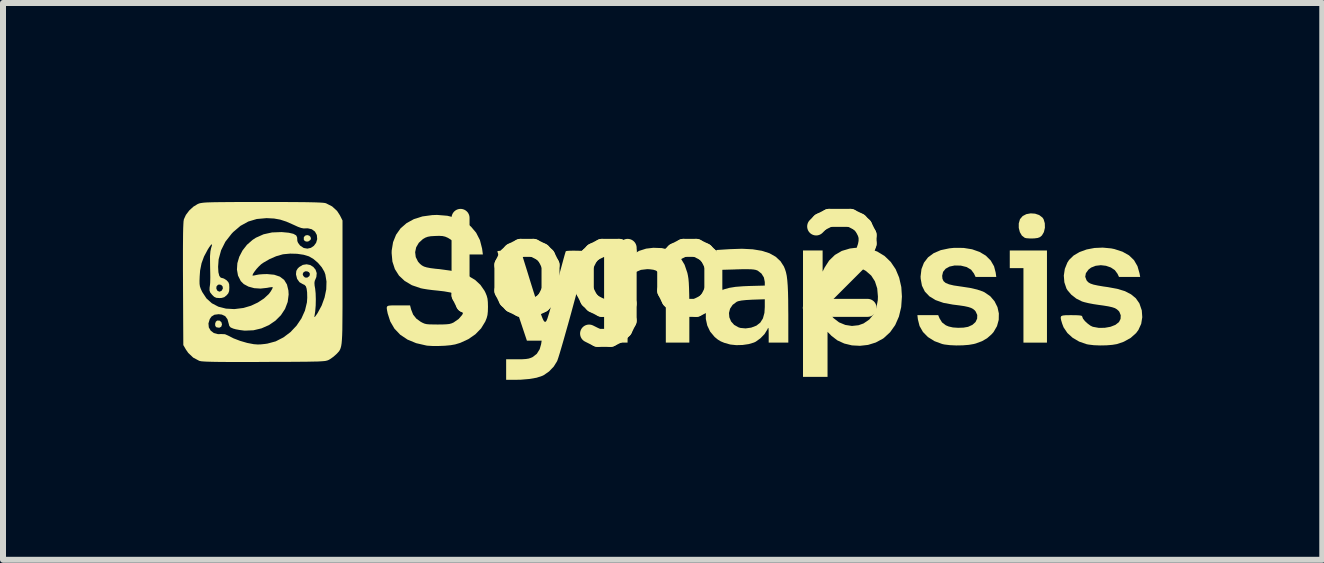
<source format=kicad_pcb>
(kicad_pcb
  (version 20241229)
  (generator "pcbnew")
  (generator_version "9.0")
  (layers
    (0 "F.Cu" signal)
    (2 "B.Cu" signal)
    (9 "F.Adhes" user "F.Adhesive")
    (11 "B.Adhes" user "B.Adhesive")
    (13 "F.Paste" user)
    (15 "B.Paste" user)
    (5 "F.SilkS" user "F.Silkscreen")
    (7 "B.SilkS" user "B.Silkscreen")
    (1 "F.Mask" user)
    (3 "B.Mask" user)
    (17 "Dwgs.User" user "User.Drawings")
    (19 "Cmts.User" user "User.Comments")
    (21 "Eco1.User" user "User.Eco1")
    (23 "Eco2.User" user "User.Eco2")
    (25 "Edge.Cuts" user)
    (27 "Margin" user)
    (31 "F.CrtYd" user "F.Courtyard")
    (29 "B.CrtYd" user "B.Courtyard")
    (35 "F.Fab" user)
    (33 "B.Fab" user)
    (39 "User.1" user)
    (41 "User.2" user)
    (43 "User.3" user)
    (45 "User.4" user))
  (footprint "logo 2"
    (layer "F.Cu")
    (at 7.985 1.404)
    (property "Reference" "logo 2" (at 0 0 0) (layer "F.SilkS") (effects (font (size 1.5 1.5) (thickness 0.3))))
    (attr board_only exclude_from_pos_files exclude_from_bom)
    (fp_poly (pts (xy -7.374 0.891) (xy -7.344 0.917) (xy -7.334 0.956) (xy -7.347 0.993) (xy -7.38 1.01) (xy -7.428 1.002) (xy -7.428 1.002) (xy -7.446 0.98) (xy -7.449 0.944) (xy -7.437 0.909) (xy -7.415 0.89)) (stroke (width 0) (type solid)) (fill yes) (layer "F.SilkS"))
    (fp_poly (pts (xy -5.88 -0.526) (xy -5.858 -0.504) (xy -5.851 -0.471) (xy -5.863 -0.451) (xy -5.897 -0.428) (xy -5.935 -0.427) (xy -5.964 -0.446) (xy -5.97 -0.458) (xy -5.97 -0.498) (xy -5.949 -0.525) (xy -5.915 -0.535)) (stroke (width 0) (type solid)) (fill yes) (layer "F.SilkS"))
    (fp_poly (pts (xy 6.419 0.49) (xy 6.419 1.258) (xy 6.223 1.258) (xy 6.027 1.258) (xy 6.027 0.637) (xy 6.027 0.016) (xy 5.913 0.016) (xy 5.799 0.016) (xy 5.799 -0.131) (xy 5.799 -0.278) (xy 6.109 -0.278) (xy 6.419 -0.278)) (stroke (width 0) (type solid)) (fill yes) (layer "F.SilkS"))
    (fp_poly (pts (xy 6.221 -0.892) (xy 6.289 -0.869) (xy 6.343 -0.828) (xy 6.363 -0.799) (xy 6.383 -0.732) (xy 6.385 -0.657) (xy 6.368 -0.585) (xy 6.336 -0.53) (xy 6.333 -0.527) (xy 6.302 -0.501) (xy 6.265 -0.487) (xy 6.212 -0.48) (xy 6.187 -0.479) (xy 6.126 -0.479) (xy 6.074 -0.483) (xy 6.048 -0.49) (xy 6.001 -0.526) (xy 5.967 -0.584) (xy 5.949 -0.655) (xy 5.949 -0.729) (xy 5.969 -0.799) (xy 5.971 -0.802) (xy 6.014 -0.852) (xy 6.075 -0.884) (xy 6.147 -0.897)) (stroke (width 0) (type solid)) (fill yes) (layer "F.SilkS"))
    (fp_poly (pts (xy 0.000045 -0.318) (xy 0.124 -0.288) (xy 0.229 -0.231) (xy 0.313 -0.149) (xy 0.378 -0.04) (xy 0.424 0.095) (xy 0.434 0.142) (xy 0.442 0.193) (xy 0.448 0.261) (xy 0.452 0.348) (xy 0.455 0.457) (xy 0.457 0.593) (xy 0.457 0.757) (xy 0.457 0.761) (xy 0.457 1.258) (xy 0.261 1.258) (xy 0.065 1.258) (xy 0.065 0.78) (xy 0.065 0.644) (xy 0.063 0.521) (xy 0.06 0.415) (xy 0.057 0.33) (xy 0.053 0.27) (xy 0.048 0.241) (xy 0.014 0.167) (xy -0.04 0.1) (xy -0.099 0.057) (xy -0.142 0.043) (xy -0.202 0.035) (xy -0.245 0.033) (xy -0.35 0.045) (xy -0.436 0.082) (xy -0.504 0.146) (xy -0.519 0.167) (xy -0.564 0.234) (xy -0.568 0.746) (xy -0.573 1.258) (xy -0.769 1.258) (xy -0.964 1.258) (xy -0.964 0.49) (xy -0.964 -0.278) (xy -0.809 -0.278) (xy -0.653 -0.278) (xy -0.652 -0.102) (xy -0.651 0.074) (xy -0.617 -0.013) (xy -0.559 -0.123) (xy -0.482 -0.209) (xy -0.383 -0.271) (xy -0.263 -0.309) (xy -0.144 -0.323)) (stroke (width 0) (type solid)) (fill yes) (layer "F.SilkS"))
    (fp_poly (pts (xy 3.414 -0.317) (xy 3.448 -0.31) (xy 3.589 -0.261) (xy 3.711 -0.187) (xy 3.814 -0.088) (xy 3.896 0.033) (xy 3.955 0.174) (xy 3.991 0.332) (xy 4.001 0.49) (xy 3.989 0.665) (xy 3.951 0.824) (xy 3.889 0.965) (xy 3.804 1.085) (xy 3.697 1.183) (xy 3.682 1.193) (xy 3.565 1.256) (xy 3.436 1.296) (xy 3.302 1.311) (xy 3.168 1.304) (xy 3.04 1.273) (xy 2.924 1.22) (xy 2.827 1.145) (xy 2.761 1.078) (xy 2.761 1.454) (xy 2.761 1.829) (xy 2.556 1.829) (xy 2.352 1.829) (xy 2.352 0.776) (xy 2.352 0.498) (xy 2.752 0.498) (xy 2.754 0.596) (xy 2.76 0.67) (xy 2.773 0.726) (xy 2.795 0.772) (xy 2.829 0.815) (xy 2.862 0.85) (xy 2.953 0.92) (xy 3.057 0.963) (xy 3.168 0.98) (xy 3.278 0.968) (xy 3.362 0.938) (xy 3.457 0.873) (xy 3.528 0.786) (xy 3.575 0.678) (xy 3.599 0.549) (xy 3.601 0.49) (xy 3.589 0.353) (xy 3.551 0.236) (xy 3.489 0.14) (xy 3.402 0.064) (xy 3.385 0.054) (xy 3.34 0.03) (xy 3.299 0.016) (xy 3.249 0.01) (xy 3.178 0.009) (xy 3.177 0.009) (xy 3.072 0.017) (xy 2.989 0.04) (xy 2.917 0.084) (xy 2.864 0.133) (xy 2.82 0.185) (xy 2.788 0.233) (xy 2.768 0.285) (xy 2.757 0.349) (xy 2.753 0.433) (xy 2.752 0.498) (xy 2.352 0.498) (xy 2.352 -0.278) (xy 2.515 -0.278) (xy 2.679 -0.278) (xy 2.679 -0.102) (xy 2.679 0.074) (xy 2.713 0.005) (xy 2.788 -0.111) (xy 2.884 -0.204) (xy 2.999 -0.271) (xy 3.133 -0.311) (xy 3.223 -0.322) (xy 3.324 -0.324)) (stroke (width 0) (type solid)) (fill yes) (layer "F.SilkS"))
    (fp_poly (pts (xy -2.304 -0.118) (xy -2.24 0.087) (xy -2.186 0.263) (xy -2.139 0.413) (xy -2.099 0.538) (xy -2.066 0.64) (xy -2.039 0.722) (xy -2.016 0.786) (xy -1.998 0.834) (xy -1.984 0.868) (xy -1.972 0.891) (xy -1.962 0.904) (xy -1.954 0.91) (xy -1.95 0.911) (xy -1.941 0.911) (xy -1.932 0.904) (xy -1.922 0.887) (xy -1.91 0.859) (xy -1.896 0.815) (xy -1.877 0.754) (xy -1.854 0.671) (xy -1.826 0.564) (xy -1.791 0.431) (xy -1.765 0.332) (xy -1.73 0.198) (xy -1.698 0.075) (xy -1.668 -0.034) (xy -1.643 -0.127) (xy -1.623 -0.199) (xy -1.609 -0.246) (xy -1.602 -0.266) (xy -1.602 -0.266) (xy -1.581 -0.271) (xy -1.536 -0.274) (xy -1.472 -0.275) (xy -1.411 -0.274) (xy -1.231 -0.27) (xy -1.471 0.609) (xy -1.516 0.775) (xy -1.56 0.934) (xy -1.602 1.082) (xy -1.64 1.217) (xy -1.674 1.334) (xy -1.703 1.432) (xy -1.726 1.506) (xy -1.742 1.553) (xy -1.748 1.568) (xy -1.804 1.658) (xy -1.882 1.739) (xy -1.97 1.8) (xy -1.995 1.812) (xy -2.089 1.843) (xy -2.21 1.864) (xy -2.354 1.876) (xy -2.446 1.878) (xy -2.597 1.878) (xy -2.597 1.707) (xy -2.597 1.535) (xy -2.413 1.535) (xy -2.328 1.535) (xy -2.267 1.531) (xy -2.222 1.524) (xy -2.185 1.512) (xy -2.156 1.499) (xy -2.086 1.445) (xy -2.038 1.368) (xy -2.014 1.284) (xy -2.005 1.225) (xy -2.128 1.225) (xy -2.251 1.225) (xy -2.498 0.486) (xy -2.547 0.337) (xy -2.593 0.198) (xy -2.635 0.072) (xy -2.672 -0.039) (xy -2.702 -0.131) (xy -2.725 -0.202) (xy -2.739 -0.248) (xy -2.744 -0.265) (xy -2.744 -0.265) (xy -2.729 -0.27) (xy -2.687 -0.274) (xy -2.626 -0.277) (xy -2.55 -0.278) (xy -2.549 -0.278) (xy -2.354 -0.278)) (stroke (width 0) (type solid)) (fill yes) (layer "F.SilkS"))
    (fp_poly (pts (xy 5.029 -0.321) (xy 5.171 -0.298) (xy 5.296 -0.254) (xy 5.4 -0.192) (xy 5.481 -0.111) (xy 5.537 -0.014) (xy 5.564 0.09) (xy 5.574 0.163) (xy 5.402 0.163) (xy 5.229 0.163) (xy 5.202 0.106) (xy 5.154 0.042) (xy 5.08 -0.002) (xy 4.983 -0.026) (xy 4.981 -0.026) (xy 4.88 -0.028) (xy 4.795 -0.01) (xy 4.73 0.026) (xy 4.687 0.078) (xy 4.672 0.143) (xy 4.672 0.146) (xy 4.677 0.195) (xy 4.695 0.233) (xy 4.73 0.263) (xy 4.786 0.286) (xy 4.865 0.305) (xy 4.973 0.321) (xy 5.007 0.326) (xy 5.138 0.346) (xy 5.255 0.373) (xy 5.349 0.405) (xy 5.378 0.419) (xy 5.473 0.484) (xy 5.545 0.568) (xy 5.594 0.666) (xy 5.617 0.771) (xy 5.615 0.878) (xy 5.586 0.983) (xy 5.53 1.08) (xy 5.497 1.118) (xy 5.421 1.185) (xy 5.336 1.234) (xy 5.233 1.272) (xy 5.199 1.281) (xy 5.117 1.295) (xy 5.016 1.303) (xy 4.906 1.305) (xy 4.8 1.3) (xy 4.709 1.289) (xy 4.673 1.281) (xy 4.543 1.233) (xy 4.435 1.165) (xy 4.352 1.081) (xy 4.295 0.981) (xy 4.267 0.87) (xy 4.259 0.8) (xy 4.432 0.8) (xy 4.606 0.8) (xy 4.628 0.853) (xy 4.67 0.921) (xy 4.733 0.969) (xy 4.781 0.989) (xy 4.851 1.005) (xy 4.938 1.011) (xy 5.027 1.008) (xy 5.103 0.995) (xy 5.103 0.995) (xy 5.176 0.962) (xy 5.228 0.915) (xy 5.255 0.858) (xy 5.257 0.798) (xy 5.231 0.74) (xy 5.214 0.719) (xy 5.187 0.697) (xy 5.153 0.679) (xy 5.107 0.664) (xy 5.043 0.65) (xy 4.956 0.637) (xy 4.851 0.624) (xy 4.693 0.595) (xy 4.562 0.549) (xy 4.459 0.486) (xy 4.383 0.406) (xy 4.335 0.309) (xy 4.314 0.194) (xy 4.312 0.156) (xy 4.327 0.032) (xy 4.368 -0.074) (xy 4.436 -0.163) (xy 4.53 -0.233) (xy 4.649 -0.284) (xy 4.792 -0.314) (xy 4.871 -0.322)) (stroke (width 0) (type solid)) (fill yes) (layer "F.SilkS"))
    (fp_poly (pts (xy 1.513 -0.298) (xy 1.666 -0.273) (xy 1.793 -0.232) (xy 1.896 -0.174) (xy 1.977 -0.099) (xy 2.033 -0.012) (xy 2.052 0.034) (xy 2.068 0.084) (xy 2.081 0.145) (xy 2.09 0.218) (xy 2.097 0.307) (xy 2.102 0.417) (xy 2.105 0.551) (xy 2.106 0.712) (xy 2.107 0.788) (xy 2.107 1.258) (xy 1.944 1.258) (xy 1.78 1.258) (xy 1.78 1.123) (xy 1.779 1.058) (xy 1.777 1.022) (xy 1.773 1.011) (xy 1.766 1.02) (xy 1.757 1.04) (xy 1.711 1.115) (xy 1.643 1.185) (xy 1.566 1.241) (xy 1.535 1.256) (xy 1.449 1.282) (xy 1.346 1.297) (xy 1.24 1.3) (xy 1.144 1.29) (xy 1.119 1.284) (xy 1.039 1.261) (xy 0.981 1.237) (xy 0.933 1.208) (xy 0.883 1.167) (xy 0.876 1.16) (xy 0.804 1.074) (xy 0.756 0.973) (xy 0.732 0.864) (xy 0.732 0.764) (xy 1.118 0.764) (xy 1.124 0.836) (xy 1.153 0.905) (xy 1.204 0.962) (xy 1.277 1.003) (xy 1.309 1.013) (xy 1.395 1.021) (xy 1.488 1.008) (xy 1.572 0.976) (xy 1.575 0.975) (xy 1.64 0.924) (xy 1.684 0.854) (xy 1.709 0.762) (xy 1.715 0.665) (xy 1.715 0.535) (xy 1.507 0.542) (xy 1.402 0.548) (xy 1.326 0.556) (xy 1.273 0.567) (xy 1.247 0.577) (xy 1.179 0.628) (xy 1.136 0.692) (xy 1.118 0.764) (xy 0.732 0.764) (xy 0.732 0.753) (xy 0.755 0.646) (xy 0.801 0.548) (xy 0.87 0.466) (xy 0.895 0.446) (xy 0.962 0.402) (xy 1.036 0.369) (xy 1.122 0.345) (xy 1.227 0.328) (xy 1.356 0.318) (xy 1.45 0.314) (xy 1.715 0.307) (xy 1.715 0.247) (xy 1.7 0.172) (xy 1.659 0.106) (xy 1.598 0.059) (xy 1.588 0.054) (xy 1.562 0.045) (xy 1.529 0.039) (xy 1.484 0.035) (xy 1.423 0.034) (xy 1.34 0.034) (xy 1.23 0.037) (xy 1.212 0.038) (xy 0.897 0.047) (xy 0.902 -0.119) (xy 0.907 -0.286) (xy 1.127 -0.3) (xy 1.334 -0.307)) (stroke (width 0) (type solid)) (fill yes) (layer "F.SilkS"))
    (fp_poly (pts (xy 7.489 -0.313) (xy 7.543 -0.302) (xy 7.678 -0.258) (xy 7.787 -0.197) (xy 7.87 -0.117) (xy 7.928 -0.017) (xy 7.962 0.102) (xy 7.973 0.163) (xy 7.796 0.163) (xy 7.62 0.163) (xy 7.595 0.11) (xy 7.55 0.049) (xy 7.484 0.005) (xy 7.403 -0.023) (xy 7.317 -0.033) (xy 7.231 -0.023) (xy 7.155 0.007) (xy 7.111 0.041) (xy 7.068 0.1) (xy 7.057 0.16) (xy 7.079 0.219) (xy 7.089 0.232) (xy 7.112 0.255) (xy 7.146 0.274) (xy 7.196 0.291) (xy 7.266 0.306) (xy 7.36 0.322) (xy 7.432 0.332) (xy 7.59 0.361) (xy 7.719 0.4) (xy 7.821 0.453) (xy 7.9 0.518) (xy 7.957 0.599) (xy 7.963 0.612) (xy 8 0.721) (xy 8.008 0.834) (xy 7.99 0.945) (xy 7.944 1.046) (xy 7.905 1.099) (xy 7.815 1.179) (xy 7.7 1.243) (xy 7.587 1.282) (xy 7.509 1.295) (xy 7.411 1.303) (xy 7.304 1.305) (xy 7.201 1.301) (xy 7.111 1.29) (xy 7.08 1.284) (xy 6.956 1.241) (xy 6.847 1.177) (xy 6.759 1.097) (xy 6.696 1.003) (xy 6.673 0.943) (xy 6.655 0.883) (xy 6.648 0.843) (xy 6.655 0.818) (xy 6.682 0.806) (xy 6.731 0.801) (xy 6.808 0.8) (xy 6.828 0.8) (xy 6.908 0.801) (xy 6.961 0.804) (xy 6.992 0.809) (xy 7.005 0.817) (xy 7.007 0.825) (xy 7.02 0.859) (xy 7.053 0.9) (xy 7.099 0.942) (xy 7.147 0.977) (xy 7.184 0.994) (xy 7.282 1.012) (xy 7.382 1.011) (xy 7.478 0.994) (xy 7.56 0.962) (xy 7.619 0.916) (xy 7.646 0.863) (xy 7.649 0.802) (xy 7.626 0.744) (xy 7.613 0.728) (xy 7.585 0.703) (xy 7.552 0.683) (xy 7.507 0.668) (xy 7.446 0.654) (xy 7.361 0.64) (xy 7.281 0.629) (xy 7.195 0.616) (xy 7.111 0.6) (xy 7.041 0.583) (xy 7.002 0.571) (xy 6.908 0.524) (xy 6.825 0.459) (xy 6.761 0.384) (xy 6.744 0.356) (xy 6.709 0.252) (xy 6.7 0.14) (xy 6.717 0.028) (xy 6.759 -0.076) (xy 6.788 -0.121) (xy 6.863 -0.194) (xy 6.962 -0.252) (xy 7.08 -0.295) (xy 7.211 -0.32) (xy 7.349 -0.326)) (stroke (width 0) (type solid)) (fill yes) (layer "F.SilkS"))
    (fp_poly (pts (xy -3.578 -0.857) (xy -3.426 -0.82) (xy -3.294 -0.759) (xy -3.184 -0.677) (xy -3.097 -0.574) (xy -3.034 -0.451) (xy -2.998 -0.31) (xy -2.996 -0.295) (xy -2.985 -0.212) (xy -3.181 -0.212) (xy -3.377 -0.212) (xy -3.396 -0.284) (xy -3.434 -0.375) (xy -3.5 -0.447) (xy -3.57 -0.49) (xy -3.614 -0.509) (xy -3.659 -0.519) (xy -3.715 -0.522) (xy -3.779 -0.52) (xy -3.852 -0.516) (xy -3.903 -0.507) (xy -3.944 -0.492) (xy -3.984 -0.469) (xy -4.053 -0.406) (xy -4.097 -0.331) (xy -4.114 -0.25) (xy -4.104 -0.168) (xy -4.066 -0.092) (xy -4.032 -0.054) (xy -4.001 -0.029) (xy -3.966 -0.01) (xy -3.92 0.004) (xy -3.857 0.016) (xy -3.771 0.027) (xy -3.714 0.032) (xy -3.523 0.058) (xy -3.361 0.096) (xy -3.225 0.147) (xy -3.114 0.213) (xy -3.026 0.295) (xy -2.958 0.393) (xy -2.942 0.425) (xy -2.921 0.476) (xy -2.908 0.524) (xy -2.902 0.581) (xy -2.9 0.659) (xy -2.9 0.662) (xy -2.902 0.739) (xy -2.908 0.797) (xy -2.921 0.847) (xy -2.943 0.902) (xy -2.947 0.91) (xy -3.015 1.021) (xy -3.11 1.119) (xy -3.227 1.2) (xy -3.362 1.262) (xy -3.448 1.288) (xy -3.523 1.301) (xy -3.619 1.31) (xy -3.723 1.314) (xy -3.823 1.314) (xy -3.908 1.309) (xy -3.928 1.306) (xy -4.097 1.267) (xy -4.242 1.207) (xy -4.363 1.126) (xy -4.459 1.025) (xy -4.529 0.905) (xy -4.572 0.771) (xy -4.583 0.715) (xy -4.588 0.678) (xy -4.581 0.654) (xy -4.557 0.642) (xy -4.513 0.638) (xy -4.443 0.637) (xy -4.395 0.637) (xy -4.199 0.637) (xy -4.181 0.706) (xy -4.147 0.792) (xy -4.093 0.859) (xy -4.021 0.911) (xy -3.987 0.929) (xy -3.956 0.942) (xy -3.921 0.95) (xy -3.873 0.954) (xy -3.806 0.955) (xy -3.741 0.956) (xy -3.652 0.955) (xy -3.588 0.952) (xy -3.543 0.947) (xy -3.507 0.937) (xy -3.475 0.923) (xy -3.47 0.92) (xy -3.388 0.863) (xy -3.329 0.794) (xy -3.296 0.718) (xy -3.29 0.64) (xy -3.305 0.586) (xy -3.337 0.528) (xy -3.382 0.483) (xy -3.443 0.448) (xy -3.525 0.422) (xy -3.633 0.403) (xy -3.738 0.391) (xy -3.825 0.382) (xy -3.911 0.371) (xy -3.983 0.359) (xy -4.022 0.351) (xy -4.168 0.301) (xy -4.288 0.23) (xy -4.383 0.141) (xy -4.452 0.032) (xy -4.493 -0.093) (xy -4.506 -0.235) (xy -4.505 -0.277) (xy -4.482 -0.417) (xy -4.432 -0.541) (xy -4.357 -0.647) (xy -4.257 -0.734) (xy -4.135 -0.801) (xy -3.992 -0.846) (xy -3.829 -0.868) (xy -3.749 -0.871)) (stroke (width 0) (type solid)) (fill yes) (layer "F.SilkS"))
    (fp_poly (pts (xy -6.439 -1.086) (xy -6.252 -1.086) (xy -6.094 -1.085) (xy -5.962 -1.084) (xy -5.854 -1.082) (xy -5.768 -1.08) (xy -5.702 -1.077) (xy -5.653 -1.074) (xy -5.62 -1.07) (xy -5.6 -1.065) (xy -5.498 -1.013) (xy -5.416 -0.938) (xy -5.368 -0.864) (xy -5.325 -0.778) (xy -5.325 0.249) (xy -5.325 0.464) (xy -5.325 0.65) (xy -5.326 0.807) (xy -5.327 0.94) (xy -5.328 1.05) (xy -5.331 1.14) (xy -5.335 1.212) (xy -5.34 1.269) (xy -5.347 1.314) (xy -5.356 1.348) (xy -5.367 1.376) (xy -5.38 1.398) (xy -5.396 1.417) (xy -5.414 1.437) (xy -5.428 1.451) (xy -5.478 1.495) (xy -5.534 1.534) (xy -5.546 1.541) (xy -5.559 1.548) (xy -5.574 1.554) (xy -5.592 1.559) (xy -5.615 1.564) (xy -5.648 1.567) (xy -5.69 1.57) (xy -5.747 1.573) (xy -5.819 1.574) (xy -5.91 1.576) (xy -6.022 1.577) (xy -6.158 1.578) (xy -6.319 1.579) (xy -6.51 1.579) (xy -6.632 1.58) (xy -6.848 1.581) (xy -7.034 1.581) (xy -7.192 1.581) (xy -7.325 1.58) (xy -7.433 1.579) (xy -7.521 1.577) (xy -7.589 1.575) (xy -7.641 1.572) (xy -7.678 1.569) (xy -7.703 1.564) (xy -7.714 1.561) (xy -7.814 1.508) (xy -7.897 1.429) (xy -7.934 1.376) (xy -7.979 1.299) (xy -7.981 0.938) (xy -7.56 0.938) (xy -7.554 1.004) (xy -7.522 1.059) (xy -7.47 1.098) (xy -7.4 1.117) (xy -7.349 1.115) (xy -7.284 1.118) (xy -7.233 1.14) (xy -7.141 1.187) (xy -7.031 1.229) (xy -6.914 1.263) (xy -6.804 1.284) (xy -6.738 1.289) (xy -6.684 1.287) (xy -6.617 1.28) (xy -6.576 1.274) (xy -6.439 1.237) (xy -6.31 1.171) (xy -6.193 1.083) (xy -6.092 0.976) (xy -6.01 0.855) (xy -5.951 0.724) (xy -5.918 0.587) (xy -5.913 0.509) (xy -5.915 0.42) (xy -5.923 0.359) (xy -5.936 0.319) (xy -5.959 0.295) (xy -5.983 0.285) (xy -6.042 0.251) (xy -6.082 0.195) (xy -6.1 0.123) (xy -6.1 0.117) (xy -5.989 0.117) (xy -5.978 0.147) (xy -5.95 0.173) (xy -5.912 0.174) (xy -5.879 0.15) (xy -5.875 0.144) (xy -5.868 0.111) (xy -5.884 0.084) (xy -5.915 0.069) (xy -5.95 0.07) (xy -5.978 0.089) (xy -5.989 0.117) (xy -6.1 0.117) (xy -6.1 0.112) (xy -6.095 0.062) (xy -6.073 0.024) (xy -6.047 -0.002) (xy -5.987 -0.038) (xy -5.924 -0.048) (xy -5.864 -0.036) (xy -5.812 -0.004) (xy -5.774 0.042) (xy -5.755 0.099) (xy -5.761 0.164) (xy -5.774 0.196) (xy -5.788 0.229) (xy -5.793 0.262) (xy -5.79 0.308) (xy -5.781 0.358) (xy -5.773 0.436) (xy -5.77 0.534) (xy -5.772 0.638) (xy -5.78 0.736) (xy -5.791 0.809) (xy -5.794 0.831) (xy -5.787 0.831) (xy -5.769 0.807) (xy -5.742 0.768) (xy -5.673 0.641) (xy -5.624 0.506) (xy -5.596 0.37) (xy -5.592 0.24) (xy -5.611 0.122) (xy -5.628 0.075) (xy -5.671 0.002) (xy -5.734 -0.072) (xy -5.809 -0.136) (xy -5.884 -0.18) (xy -5.974 -0.207) (xy -6.082 -0.223) (xy -6.197 -0.226) (xy -6.307 -0.216) (xy -6.324 -0.213) (xy -6.429 -0.183) (xy -6.54 -0.135) (xy -6.642 -0.076) (xy -6.682 -0.048) (xy -6.718 -0.014) (xy -6.757 0.028) (xy -6.791 0.072) (xy -6.816 0.11) (xy -6.826 0.135) (xy -6.825 0.139) (xy -6.806 0.14) (xy -6.769 0.132) (xy -6.761 0.13) (xy -6.717 0.122) (xy -6.653 0.117) (xy -6.584 0.115) (xy -6.583 0.115) (xy -6.464 0.126) (xy -6.369 0.158) (xy -6.298 0.212) (xy -6.251 0.289) (xy -6.227 0.389) (xy -6.223 0.456) (xy -6.239 0.58) (xy -6.283 0.696) (xy -6.352 0.801) (xy -6.443 0.892) (xy -6.552 0.966) (xy -6.675 1.02) (xy -6.808 1.052) (xy -6.949 1.058) (xy -6.967 1.057) (xy -7.036 1.048) (xy -7.103 1.036) (xy -7.146 1.024) (xy -7.19 1.005) (xy -7.212 0.98) (xy -7.221 0.946) (xy -7.243 0.867) (xy -7.281 0.816) (xy -7.337 0.79) (xy -7.391 0.784) (xy -7.46 0.793) (xy -7.509 0.823) (xy -7.538 0.865) (xy -7.56 0.938) (xy -7.981 0.938) (xy -7.984 0.286) (xy -7.984 0.227) (xy -7.709 0.227) (xy -7.708 0.28) (xy -7.702 0.321) (xy -7.688 0.361) (xy -7.666 0.409) (xy -7.661 0.418) (xy -7.593 0.521) (xy -7.503 0.602) (xy -7.394 0.659) (xy -7.268 0.691) (xy -7.128 0.699) (xy -6.976 0.68) (xy -6.973 0.679) (xy -6.851 0.643) (xy -6.736 0.589) (xy -6.634 0.522) (xy -6.553 0.447) (xy -6.524 0.408) (xy -6.5 0.368) (xy -6.488 0.341) (xy -6.488 0.334) (xy -6.507 0.333) (xy -6.548 0.338) (xy -6.583 0.345) (xy -6.692 0.357) (xy -6.797 0.35) (xy -6.893 0.324) (xy -6.971 0.282) (xy -7.021 0.232) (xy -7.067 0.141) (xy -7.085 0.04) (xy -7.078 -0.066) (xy -7.046 -0.174) (xy -6.992 -0.278) (xy -6.918 -0.373) (xy -6.824 -0.455) (xy -6.769 -0.491) (xy -6.641 -0.548) (xy -6.5 -0.579) (xy -6.343 -0.585) (xy -6.329 -0.584) (xy -6.221 -0.574) (xy -6.144 -0.556) (xy -6.098 -0.53) (xy -6.082 -0.498) (xy -6.079 -0.454) (xy -6.078 -0.436) (xy -6.066 -0.406) (xy -6.038 -0.368) (xy -6.029 -0.358) (xy -5.972 -0.32) (xy -5.911 -0.309) (xy -5.852 -0.322) (xy -5.802 -0.356) (xy -5.765 -0.406) (xy -5.747 -0.468) (xy -5.753 -0.536) (xy -5.784 -0.593) (xy -5.837 -0.632) (xy -5.904 -0.648) (xy -5.937 -0.647) (xy -5.974 -0.646) (xy -6.015 -0.654) (xy -6.068 -0.673) (xy -6.14 -0.706) (xy -6.149 -0.71) (xy -6.263 -0.76) (xy -6.365 -0.793) (xy -6.466 -0.811) (xy -6.58 -0.817) (xy -6.598 -0.817) (xy -6.754 -0.803) (xy -6.895 -0.761) (xy -7.026 -0.689) (xy -7.147 -0.586) (xy -7.174 -0.557) (xy -7.278 -0.424) (xy -7.349 -0.282) (xy -7.39 -0.131) (xy -7.399 -0.006) (xy -7.394 0.085) (xy -7.379 0.145) (xy -7.354 0.176) (xy -7.335 0.18) (xy -7.302 0.19) (xy -7.262 0.215) (xy -7.257 0.219) (xy -7.229 0.249) (xy -7.215 0.283) (xy -7.212 0.334) (xy -7.212 0.341) (xy -7.215 0.397) (xy -7.229 0.436) (xy -7.257 0.469) (xy -7.296 0.5) (xy -7.34 0.513) (xy -7.377 0.515) (xy -7.429 0.511) (xy -7.465 0.494) (xy -7.5 0.46) (xy -7.531 0.421) (xy -7.542 0.388) (xy -7.541 0.36) (xy -7.428 0.36) (xy -7.411 0.393) (xy -7.379 0.408) (xy -7.375 0.408) (xy -7.349 0.398) (xy -7.337 0.389) (xy -7.319 0.354) (xy -7.325 0.319) (xy -7.349 0.295) (xy -7.384 0.289) (xy -7.404 0.296) (xy -7.427 0.324) (xy -7.428 0.36) (xy -7.541 0.36) (xy -7.541 0.344) (xy -7.539 0.329) (xy -7.534 0.293) (xy -7.531 0.258) (xy -7.53 0.218) (xy -7.529 0.166) (xy -7.53 0.098) (xy -7.532 0.006) (xy -7.533 -0.065) (xy -7.534 -0.181) (xy -7.527 -0.265) (xy -7.516 -0.316) (xy -7.502 -0.363) (xy -7.502 -0.382) (xy -7.517 -0.373) (xy -7.545 -0.336) (xy -7.571 -0.295) (xy -7.634 -0.177) (xy -7.675 -0.065) (xy -7.699 0.055) (xy -7.706 0.152) (xy -7.709 0.227) (xy -7.984 0.227) (xy -7.985 0.058) (xy -7.985 -0.138) (xy -7.985 -0.305) (xy -7.984 -0.445) (xy -7.983 -0.559) (xy -7.981 -0.649) (xy -7.978 -0.717) (xy -7.975 -0.765) (xy -7.97 -0.794) (xy -7.97 -0.797) (xy -7.936 -0.871) (xy -7.881 -0.944) (xy -7.812 -1.008) (xy -7.74 -1.052) (xy -7.73 -1.056) (xy -7.712 -1.063) (xy -7.691 -1.068) (xy -7.666 -1.072) (xy -7.632 -1.076) (xy -7.587 -1.079) (xy -7.529 -1.081) (xy -7.455 -1.083) (xy -7.363 -1.084) (xy -7.25 -1.085) (xy -7.114 -1.086) (xy -6.951 -1.086) (xy -6.759 -1.086) (xy -6.656 -1.086)) (stroke (width 0) (type solid)) (fill yes) (layer "F.SilkS")))
  (gr_rect
    (start -3 -3)
    (end 18.994 6.282)
    (stroke (width 0.1) (type default))
    (fill no)
    (layer "Edge.Cuts")))
</source>
